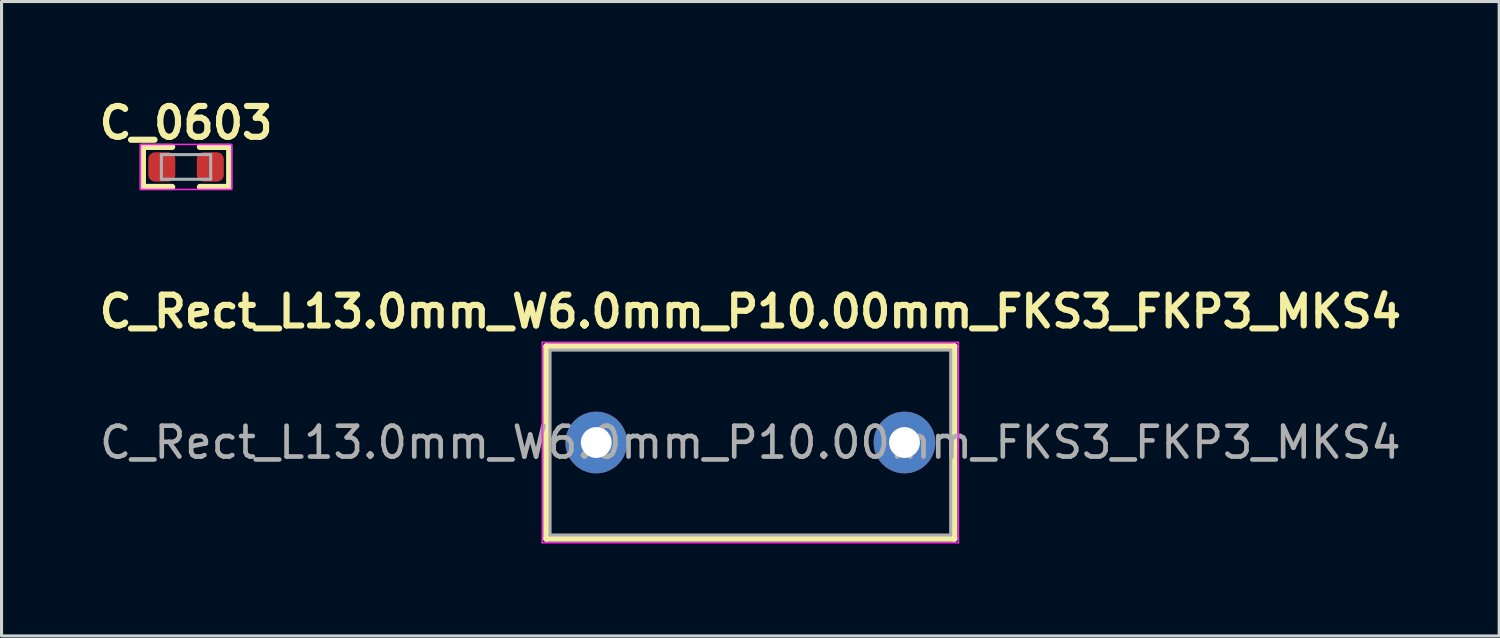
<source format=kicad_pcb>
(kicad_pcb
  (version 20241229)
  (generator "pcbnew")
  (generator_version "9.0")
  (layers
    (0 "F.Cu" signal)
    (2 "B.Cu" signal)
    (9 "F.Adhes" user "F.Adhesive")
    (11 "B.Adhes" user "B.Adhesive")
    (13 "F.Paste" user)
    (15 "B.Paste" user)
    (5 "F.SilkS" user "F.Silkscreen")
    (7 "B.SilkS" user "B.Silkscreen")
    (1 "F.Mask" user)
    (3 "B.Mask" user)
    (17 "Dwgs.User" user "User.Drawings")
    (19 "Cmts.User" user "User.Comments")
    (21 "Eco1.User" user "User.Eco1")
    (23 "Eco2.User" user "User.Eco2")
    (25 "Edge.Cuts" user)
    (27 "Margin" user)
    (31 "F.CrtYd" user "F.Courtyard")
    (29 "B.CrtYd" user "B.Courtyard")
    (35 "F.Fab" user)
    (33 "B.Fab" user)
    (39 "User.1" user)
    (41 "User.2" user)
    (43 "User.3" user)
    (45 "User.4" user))
  (footprint "C_Rect_L13.0mm_W6.0mm_P10.00mm_FKS3_FKP3_MKS4"
    (layer "F.Cu")
    (at 16.295 11.307)
    (property "Reference" "C_Rect_L13.0mm_W6.0mm_P10.00mm_FKS3_FKP3_MKS4" (at 5 -4.25 0) (layer "F.SilkS") (effects (font (size 1 1) (thickness 0.2))))
    (attr through_hole)
    (fp_line (start -1.62 -3.12) (end -1.62 3.12) (stroke (width 0.2) (type solid)) (layer "F.SilkS"))
    (fp_line (start -1.62 -3.12) (end 11.62 -3.12) (stroke (width 0.2) (type solid)) (layer "F.SilkS"))
    (fp_line (start -1.62 3.12) (end 11.62 3.12) (stroke (width 0.2) (type solid)) (layer "F.SilkS"))
    (fp_line (start 11.62 -3.12) (end 11.62 3.12) (stroke (width 0.2) (type solid)) (layer "F.SilkS"))
    (fp_line (start -1.75 -3.25) (end -1.75 3.25) (stroke (width 0.05) (type solid)) (layer "F.CrtYd"))
    (fp_line (start -1.75 3.25) (end 11.75 3.25) (stroke (width 0.05) (type solid)) (layer "F.CrtYd"))
    (fp_line (start 11.75 -3.25) (end -1.75 -3.25) (stroke (width 0.05) (type solid)) (layer "F.CrtYd"))
    (fp_line (start 11.75 3.25) (end 11.75 -3.25) (stroke (width 0.05) (type solid)) (layer "F.CrtYd"))
    (fp_line (start -1.5 -3) (end -1.5 3) (stroke (width 0.1) (type solid)) (layer "F.Fab"))
    (fp_line (start -1.5 3) (end 11.5 3) (stroke (width 0.1) (type solid)) (layer "F.Fab"))
    (fp_line (start 11.5 -3) (end -1.5 -3) (stroke (width 0.1) (type solid)) (layer "F.Fab"))
    (fp_line (start 11.5 3) (end 11.5 -3) (stroke (width 0.1) (type solid)) (layer "F.Fab"))
    (fp_text user "${REFERENCE}" (at 5 0 0) (layer "F.Fab") (effects (font (size 1 1) (thickness 0.15))))
    (pad "1" thru_hole circle (at 0 0) (size 2 2) (drill 1) (layers "*.Cu" "*.Mask"))
    (pad "2" thru_hole circle (at 10 0) (size 2 2) (drill 1) (layers "*.Cu" "*.Mask")))
  (footprint "C_0603"
    (layer "F.Cu")
    (at 2.986 2.366)
    (property "Reference" "C_0603" (at 0 -1.43 0) (layer "F.SilkS") (effects (font (size 1 1) (thickness 0.2))))
    (attr smd)
    (fp_line (start -1.4 -0.65) (end -1.4 0.65) (stroke (width 0.2) (type solid)) (layer "F.SilkS"))
    (fp_line (start -1.4 0.65) (end -0.45 0.65) (stroke (width 0.2) (type solid)) (layer "F.SilkS"))
    (fp_line (start -0.45 -0.65) (end -1.4 -0.65) (stroke (width 0.2) (type solid)) (layer "F.SilkS"))
    (fp_line (start 1.4 -0.65) (end 0.45 -0.65) (stroke (width 0.2) (type solid)) (layer "F.SilkS"))
    (fp_line (start 1.4 -0.65) (end 1.4 0.65) (stroke (width 0.2) (type solid)) (layer "F.SilkS"))
    (fp_line (start 1.4 0.65) (end 0.45 0.65) (stroke (width 0.2) (type solid)) (layer "F.SilkS"))
    (fp_line (start -1.48 -0.73) (end 1.48 -0.73) (stroke (width 0.05) (type solid)) (layer "F.CrtYd"))
    (fp_line (start -1.48 0.73) (end -1.48 -0.73) (stroke (width 0.05) (type solid)) (layer "F.CrtYd"))
    (fp_line (start 1.48 -0.73) (end 1.48 0.73) (stroke (width 0.05) (type solid)) (layer "F.CrtYd"))
    (fp_line (start 1.48 0.73) (end -1.48 0.73) (stroke (width 0.05) (type solid)) (layer "F.CrtYd"))
    (fp_line (start -0.8 -0.4) (end 0.8 -0.4) (stroke (width 0.1) (type solid)) (layer "F.Fab"))
    (fp_line (start -0.8 0.4) (end -0.8 -0.4) (stroke (width 0.1) (type solid)) (layer "F.Fab"))
    (fp_line (start 0.8 -0.4) (end 0.8 0.4) (stroke (width 0.1) (type solid)) (layer "F.Fab"))
    (fp_line (start 0.8 0.4) (end -0.8 0.4) (stroke (width 0.1) (type solid)) (layer "F.Fab"))
    (pad "1" smd roundrect (at -0.787 0) (size 0.875 0.95) (layers "F.Cu" "F.Mask" "F.Paste") (roundrect_rratio 0.25))
    (pad "2" smd roundrect (at 0.787 0) (size 0.875 0.95) (layers "F.Cu" "F.Mask" "F.Paste") (roundrect_rratio 0.25)))
  (gr_rect
    (start -3 -3)
    (end 45.59 17.582)
    (stroke (width 0.1) (type default))
    (fill no)
    (layer "Edge.Cuts")))
</source>
